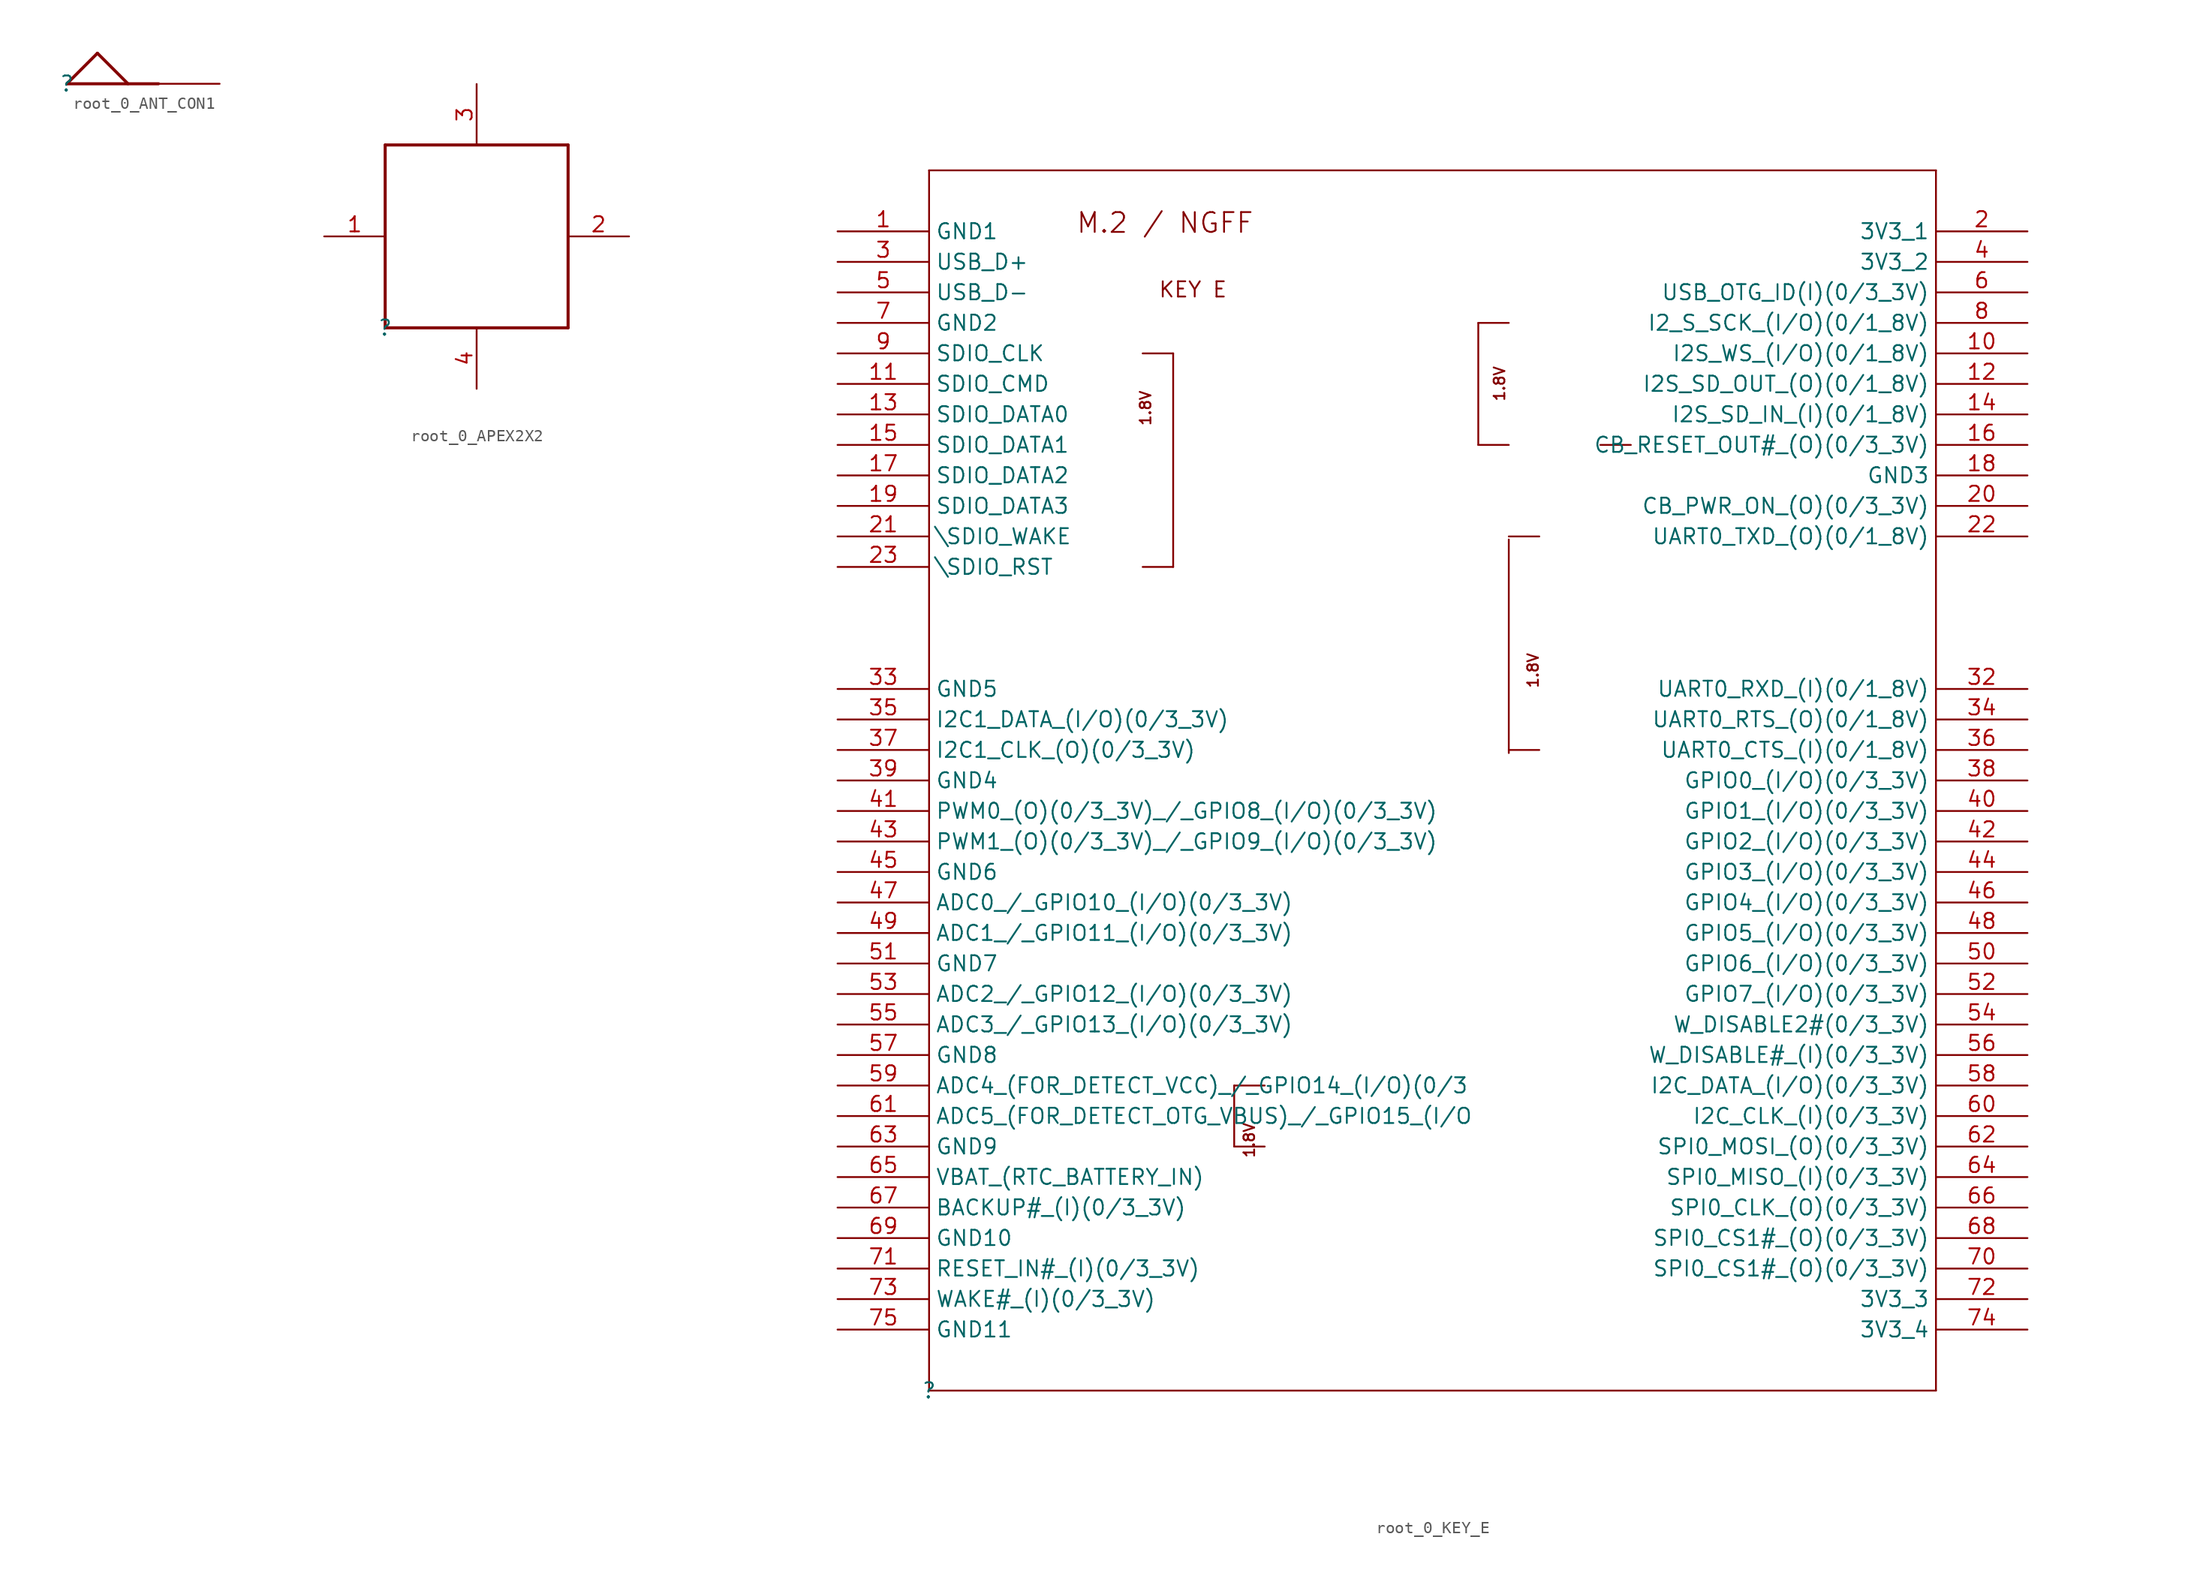
<source format=kicad_sym>
(kicad_symbol_lib
  (version 20220914)
  (generator kicad_symbol_editor)
  (symbol "root_0_ANT_CON1"
    (property "Reference" ""
      (at 0 0 0)
      (effects (font (size 1.27 1.27))))
    (property "Value" ""
      (at 0 0 0)
      (effects (font (size 1.27 1.27))))
    (symbol "root_0_ANT_CON1_1_0"
      (polyline (pts (xy 0 0) (xy 2.54 2.54)) (stroke (width 0.254) (type solid)) (fill (type none)))
      (polyline (pts (xy 0 0) (xy 7.62 0)) (stroke (width 0.254) (type solid)) (fill (type none)))
      (polyline (pts (xy 2.54 2.54) (xy 5.08 0)) (stroke (width 0.254) (type solid)) (fill (type none)))
      (pin passive line (at 12.7 0 180) (length 5.08) (name "1" (effects (font (size 0 0)))) (number "1" (effects (font (size 0 0)))))))
  (symbol "root_0_APEX2X2"
    (property "Reference" ""
      (at 0 0 0)
      (effects (font (size 1.27 1.27))))
    (property "Value" ""
      (at 0 0 0)
      (effects (font (size 1.27 1.27))))
    (symbol "root_0_APEX2X2_1_0"
      (polyline (pts (xy 0 0) (xy 0 15.24)) (stroke (width 0.254) (type solid)) (fill (type none)))
      (polyline (pts (xy 0 15.24) (xy 15.24 15.24)) (stroke (width 0.254) (type solid)) (fill (type none)))
      (polyline (pts (xy 15.24 0) (xy 0 0)) (stroke (width 0.254) (type solid)) (fill (type none)))
      (polyline (pts (xy 15.24 15.24) (xy 15.24 0)) (stroke (width 0.254) (type solid)) (fill (type none)))
      (pin passive line (at -5.08 7.62 0) (length 5.08) (name "1" (effects (font (size 0 0)))) (number "1" (effects (font (size 1.27 1.27)))))
      (pin passive line (at 20.32 7.62 180) (length 5.08) (name "2" (effects (font (size 0 0)))) (number "2" (effects (font (size 1.27 1.27)))))
      (pin passive line (at 7.62 20.32 270) (length 5.08) (name "3" (effects (font (size 0 0)))) (number "3" (effects (font (size 1.27 1.27)))))
      (pin passive line (at 7.62 -5.08 90) (length 5.08) (name "4" (effects (font (size 0 0)))) (number "4" (effects (font (size 1.27 1.27)))))))
  (symbol "root_0_KEY_E"
    (property "Reference" ""
      (at 0 0 0)
      (effects (font (size 1.27 1.27))))
    (property "Value" ""
      (at 0 0 0)
      (effects (font (size 1.27 1.27))))
    (symbol "root_0_KEY_E_1_0"
      (polyline (pts (xy 0 0) (xy 0 101.6)) (stroke (width 0) (type solid)) (fill (type none)))
      (polyline (pts (xy 0 101.6) (xy 83.82 101.6)) (stroke (width 0) (type solid)) (fill (type none)))
      (polyline (pts (xy 17.78 86.36) (xy 20.32 86.36)) (stroke (width 0) (type solid)) (fill (type none)))
      (polyline (pts (xy 20.32 68.58) (xy 17.78 68.58)) (stroke (width 0) (type solid)) (fill (type none)))
      (polyline (pts (xy 20.32 86.36) (xy 20.32 68.58)) (stroke (width 0) (type solid)) (fill (type none)))
      (polyline (pts (xy 25.4 20.32) (xy 27.94 20.32)) (stroke (width 0) (type solid)) (fill (type none)))
      (polyline (pts (xy 25.4 25.4) (xy 25.4 20.32)) (stroke (width 0) (type solid)) (fill (type none)))
      (polyline (pts (xy 25.4 25.4) (xy 27.94 25.4)) (stroke (width 0) (type solid)) (fill (type none)))
      (polyline (pts (xy 45.72 78.74) (xy 48.26 78.74)) (stroke (width 0) (type solid)) (fill (type none)))
      (polyline (pts (xy 45.72 88.9) (xy 45.72 78.74)) (stroke (width 0) (type solid)) (fill (type none)))
      (polyline (pts (xy 45.72 88.9) (xy 48.26 88.9)) (stroke (width 0) (type solid)) (fill (type none)))
      (polyline (pts (xy 48.26 53.34) (xy 50.8 53.34)) (stroke (width 0) (type solid)) (fill (type none)))
      (polyline (pts (xy 48.26 70.866) (xy 48.26 53.086)) (stroke (width 0) (type solid)) (fill (type none)))
      (polyline (pts (xy 48.26 71.12) (xy 50.8 71.12)) (stroke (width 0) (type solid)) (fill (type none)))
      (polyline (pts (xy 55.88 78.74) (xy 58.42 78.74)) (stroke (width 0) (type solid)) (fill (type none)))
      (polyline (pts (xy 83.82 0) (xy 0 0)) (stroke (width 0) (type solid)) (fill (type none)))
      (polyline (pts (xy 83.82 101.6) (xy 83.82 0)) (stroke (width 0) (type solid)) (fill (type none)))
      (text "1.8V" (at 18.542 80.264 900) (effects (font (size 0.889 0.889)) (justify left bottom)))
      (text "1.8V" (at 27.178 19.304 900) (effects (font (size 0.889 0.889)) (justify left bottom)))
      (text "1.8V" (at 48.006 82.296 900) (effects (font (size 0.889 0.889)) (justify left bottom)))
      (text "1.8V" (at 50.8 58.42 900) (effects (font (size 0.889 0.889)) (justify left bottom)))
      (text "KEY E" (at 19.05 90.932 0) (effects (font (size 1.27 1.27)) (justify left bottom)))
      (text "M.2 / NGFF" (at 12.192 96.266 0) (effects (font (size 1.651 1.651)) (justify left bottom)))
      (pin power_in line (at -7.62 96.52 0) (length 7.62) (name "GND1" (effects (font (size 1.27 1.27)))) (number "1" (effects (font (size 1.27 1.27)))))
      (pin passive line (at 91.44 86.36 180) (length 7.62) (name "I2S_WS_(I/O)(0/1_8V)" (effects (font (size 1.27 1.27)))) (number "10" (effects (font (size 1.27 1.27)))))
      (pin passive line (at -7.62 83.82 0) (length 7.62) (name "SDIO_CMD" (effects (font (size 1.27 1.27)))) (number "11" (effects (font (size 1.27 1.27)))))
      (pin passive line (at 91.44 83.82 180) (length 7.62) (name "I2S_SD_OUT_(O)(0/1_8V)" (effects (font (size 1.27 1.27)))) (number "12" (effects (font (size 1.27 1.27)))))
      (pin passive line (at -7.62 81.28 0) (length 7.62) (name "SDIO_DATA0" (effects (font (size 1.27 1.27)))) (number "13" (effects (font (size 1.27 1.27)))))
      (pin passive line (at 91.44 81.28 180) (length 7.62) (name "I2S_SD_IN_(I)(0/1_8V)" (effects (font (size 1.27 1.27)))) (number "14" (effects (font (size 1.27 1.27)))))
      (pin passive line (at -7.62 78.74 0) (length 7.62) (name "SDIO_DATA1" (effects (font (size 1.27 1.27)))) (number "15" (effects (font (size 1.27 1.27)))))
      (pin passive line (at 91.44 78.74 180) (length 7.62) (name "CB_RESET_OUT#_(O)(0/3_3V)" (effects (font (size 1.27 1.27)))) (number "16" (effects (font (size 1.27 1.27)))))
      (pin passive line (at -7.62 76.2 0) (length 7.62) (name "SDIO_DATA2" (effects (font (size 1.27 1.27)))) (number "17" (effects (font (size 1.27 1.27)))))
      (pin power_in line (at 91.44 76.2 180) (length 7.62) (name "GND3" (effects (font (size 1.27 1.27)))) (number "18" (effects (font (size 1.27 1.27)))))
      (pin passive line (at -7.62 73.66 0) (length 7.62) (name "SDIO_DATA3" (effects (font (size 1.27 1.27)))) (number "19" (effects (font (size 1.27 1.27)))))
      (pin power_in line (at 91.44 96.52 180) (length 7.62) (name "3V3_1" (effects (font (size 1.27 1.27)))) (number "2" (effects (font (size 1.27 1.27)))))
      (pin passive line (at 91.44 73.66 180) (length 7.62) (name "CB_PWR_ON_(O)(0/3_3V)" (effects (font (size 1.27 1.27)))) (number "20" (effects (font (size 1.27 1.27)))))
      (pin passive line (at -7.62 71.12 0) (length 7.62) (name "\\SDIO_WAKE" (effects (font (size 1.27 1.27)))) (number "21" (effects (font (size 1.27 1.27)))))
      (pin passive line (at 91.44 71.12 180) (length 7.62) (name "UART0_TXD_(O)(0/1_8V)" (effects (font (size 1.27 1.27)))) (number "22" (effects (font (size 1.27 1.27)))))
      (pin passive line (at -7.62 68.58 0) (length 7.62) (name "\\SDIO_RST" (effects (font (size 1.27 1.27)))) (number "23" (effects (font (size 1.27 1.27)))))
      (pin passive line (at -7.62 93.98 0) (length 7.62) (name "USB_D+" (effects (font (size 1.27 1.27)))) (number "3" (effects (font (size 1.27 1.27)))))
      (pin passive line (at 91.44 58.42 180) (length 7.62) (name "UART0_RXD_(I)(0/1_8V)" (effects (font (size 1.27 1.27)))) (number "32" (effects (font (size 1.27 1.27)))))
      (pin power_in line (at -7.62 58.42 0) (length 7.62) (name "GND5" (effects (font (size 1.27 1.27)))) (number "33" (effects (font (size 1.27 1.27)))))
      (pin passive line (at 91.44 55.88 180) (length 7.62) (name "UART0_RTS_(O)(0/1_8V)" (effects (font (size 1.27 1.27)))) (number "34" (effects (font (size 1.27 1.27)))))
      (pin passive line (at -7.62 55.88 0) (length 7.62) (name "I2C1_DATA_(I/O)(0/3_3V)" (effects (font (size 1.27 1.27)))) (number "35" (effects (font (size 1.27 1.27)))))
      (pin passive line (at 91.44 53.34 180) (length 7.62) (name "UART0_CTS_(I)(0/1_8V)" (effects (font (size 1.27 1.27)))) (number "36" (effects (font (size 1.27 1.27)))))
      (pin passive line (at -7.62 53.34 0) (length 7.62) (name "I2C1_CLK_(O)(0/3_3V)" (effects (font (size 1.27 1.27)))) (number "37" (effects (font (size 1.27 1.27)))))
      (pin passive line (at 91.44 50.8 180) (length 7.62) (name "GPIO0_(I/O)(0/3_3V)" (effects (font (size 1.27 1.27)))) (number "38" (effects (font (size 1.27 1.27)))))
      (pin power_in line (at -7.62 50.8 0) (length 7.62) (name "GND4" (effects (font (size 1.27 1.27)))) (number "39" (effects (font (size 1.27 1.27)))))
      (pin power_in line (at 91.44 93.98 180) (length 7.62) (name "3V3_2" (effects (font (size 1.27 1.27)))) (number "4" (effects (font (size 1.27 1.27)))))
      (pin passive line (at 91.44 48.26 180) (length 7.62) (name "GPIO1_(I/O)(0/3_3V)" (effects (font (size 1.27 1.27)))) (number "40" (effects (font (size 1.27 1.27)))))
      (pin passive line (at -7.62 48.26 0) (length 7.62) (name "PWM0_(O)(0/3_3V)_/_GPIO8_(I/O)(0/3_3V)" (effects (font (size 1.27 1.27)))) (number "41" (effects (font (size 1.27 1.27)))))
      (pin passive line (at 91.44 45.72 180) (length 7.62) (name "GPIO2_(I/O)(0/3_3V)" (effects (font (size 1.27 1.27)))) (number "42" (effects (font (size 1.27 1.27)))))
      (pin passive line (at -7.62 45.72 0) (length 7.62) (name "PWM1_(O)(0/3_3V)_/_GPIO9_(I/O)(0/3_3V)" (effects (font (size 1.27 1.27)))) (number "43" (effects (font (size 1.27 1.27)))))
      (pin passive line (at 91.44 43.18 180) (length 7.62) (name "GPIO3_(I/O)(0/3_3V)" (effects (font (size 1.27 1.27)))) (number "44" (effects (font (size 1.27 1.27)))))
      (pin power_in line (at -7.62 43.18 0) (length 7.62) (name "GND6" (effects (font (size 1.27 1.27)))) (number "45" (effects (font (size 1.27 1.27)))))
      (pin passive line (at 91.44 40.64 180) (length 7.62) (name "GPIO4_(I/O)(0/3_3V)" (effects (font (size 1.27 1.27)))) (number "46" (effects (font (size 1.27 1.27)))))
      (pin passive line (at -7.62 40.64 0) (length 7.62) (name "ADC0_/_GPIO10_(I/O)(0/3_3V)" (effects (font (size 1.27 1.27)))) (number "47" (effects (font (size 1.27 1.27)))))
      (pin passive line (at 91.44 38.1 180) (length 7.62) (name "GPIO5_(I/O)(0/3_3V)" (effects (font (size 1.27 1.27)))) (number "48" (effects (font (size 1.27 1.27)))))
      (pin passive line (at -7.62 38.1 0) (length 7.62) (name "ADC1_/_GPIO11_(I/O)(0/3_3V)" (effects (font (size 1.27 1.27)))) (number "49" (effects (font (size 1.27 1.27)))))
      (pin passive line (at -7.62 91.44 0) (length 7.62) (name "USB_D-" (effects (font (size 1.27 1.27)))) (number "5" (effects (font (size 1.27 1.27)))))
      (pin passive line (at 91.44 35.56 180) (length 7.62) (name "GPIO6_(I/O)(0/3_3V)" (effects (font (size 1.27 1.27)))) (number "50" (effects (font (size 1.27 1.27)))))
      (pin power_in line (at -7.62 35.56 0) (length 7.62) (name "GND7" (effects (font (size 1.27 1.27)))) (number "51" (effects (font (size 1.27 1.27)))))
      (pin passive line (at 91.44 33.02 180) (length 7.62) (name "GPIO7_(I/O)(0/3_3V)" (effects (font (size 1.27 1.27)))) (number "52" (effects (font (size 1.27 1.27)))))
      (pin passive line (at -7.62 33.02 0) (length 7.62) (name "ADC2_/_GPIO12_(I/O)(0/3_3V)" (effects (font (size 1.27 1.27)))) (number "53" (effects (font (size 1.27 1.27)))))
      (pin passive line (at 91.44 30.48 180) (length 7.62) (name "W_DISABLE2#(0/3_3V)" (effects (font (size 1.27 1.27)))) (number "54" (effects (font (size 1.27 1.27)))))
      (pin passive line (at -7.62 30.48 0) (length 7.62) (name "ADC3_/_GPIO13_(I/O)(0/3_3V)" (effects (font (size 1.27 1.27)))) (number "55" (effects (font (size 1.27 1.27)))))
      (pin passive line (at 91.44 27.94 180) (length 7.62) (name "W_DISABLE#_(I)(0/3_3V)" (effects (font (size 1.27 1.27)))) (number "56" (effects (font (size 1.27 1.27)))))
      (pin power_in line (at -7.62 27.94 0) (length 7.62) (name "GND8" (effects (font (size 1.27 1.27)))) (number "57" (effects (font (size 1.27 1.27)))))
      (pin passive line (at 91.44 25.4 180) (length 7.62) (name "I2C_DATA_(I/O)(0/3_3V)" (effects (font (size 1.27 1.27)))) (number "58" (effects (font (size 1.27 1.27)))))
      (pin passive line (at -7.62 25.4 0) (length 7.62) (name "ADC4_(FOR_DETECT_VCC)_/_GPIO14_(I/O)(0/3" (effects (font (size 1.27 1.27)))) (number "59" (effects (font (size 1.27 1.27)))))
      (pin passive line (at 91.44 91.44 180) (length 7.62) (name "USB_OTG_ID(I)(0/3_3V)" (effects (font (size 1.27 1.27)))) (number "6" (effects (font (size 1.27 1.27)))))
      (pin passive line (at 91.44 22.86 180) (length 7.62) (name "I2C_CLK_(I)(0/3_3V)" (effects (font (size 1.27 1.27)))) (number "60" (effects (font (size 1.27 1.27)))))
      (pin passive line (at -7.62 22.86 0) (length 7.62) (name "ADC5_(FOR_DETECT_OTG_VBUS)_/_GPIO15_(I/O" (effects (font (size 1.27 1.27)))) (number "61" (effects (font (size 1.27 1.27)))))
      (pin passive line (at 91.44 20.32 180) (length 7.62) (name "SPI0_MOSI_(O)(0/3_3V)" (effects (font (size 1.27 1.27)))) (number "62" (effects (font (size 1.27 1.27)))))
      (pin power_in line (at -7.62 20.32 0) (length 7.62) (name "GND9" (effects (font (size 1.27 1.27)))) (number "63" (effects (font (size 1.27 1.27)))))
      (pin passive line (at 91.44 17.78 180) (length 7.62) (name "SPI0_MISO_(I)(0/3_3V)" (effects (font (size 1.27 1.27)))) (number "64" (effects (font (size 1.27 1.27)))))
      (pin passive line (at -7.62 17.78 0) (length 7.62) (name "VBAT_(RTC_BATTERY_IN)" (effects (font (size 1.27 1.27)))) (number "65" (effects (font (size 1.27 1.27)))))
      (pin passive line (at 91.44 15.24 180) (length 7.62) (name "SPI0_CLK_(O)(0/3_3V)" (effects (font (size 1.27 1.27)))) (number "66" (effects (font (size 1.27 1.27)))))
      (pin passive line (at -7.62 15.24 0) (length 7.62) (name "BACKUP#_(I)(0/3_3V)" (effects (font (size 1.27 1.27)))) (number "67" (effects (font (size 1.27 1.27)))))
      (pin passive line (at 91.44 12.7 180) (length 7.62) (name "SPI0_CS1#_(O)(0/3_3V)" (effects (font (size 1.27 1.27)))) (number "68" (effects (font (size 1.27 1.27)))))
      (pin power_in line (at -7.62 12.7 0) (length 7.62) (name "GND10" (effects (font (size 1.27 1.27)))) (number "69" (effects (font (size 1.27 1.27)))))
      (pin power_in line (at -7.62 88.9 0) (length 7.62) (name "GND2" (effects (font (size 1.27 1.27)))) (number "7" (effects (font (size 1.27 1.27)))))
      (pin passive line (at 91.44 10.16 180) (length 7.62) (name "SPI0_CS1#_(O)(0/3_3V)" (effects (font (size 1.27 1.27)))) (number "70" (effects (font (size 1.27 1.27)))))
      (pin passive line (at -7.62 10.16 0) (length 7.62) (name "RESET_IN#_(I)(0/3_3V)" (effects (font (size 1.27 1.27)))) (number "71" (effects (font (size 1.27 1.27)))))
      (pin power_in line (at 91.44 7.62 180) (length 7.62) (name "3V3_3" (effects (font (size 1.27 1.27)))) (number "72" (effects (font (size 1.27 1.27)))))
      (pin passive line (at -7.62 7.62 0) (length 7.62) (name "WAKE#_(I)(0/3_3V)" (effects (font (size 1.27 1.27)))) (number "73" (effects (font (size 1.27 1.27)))))
      (pin power_in line (at 91.44 5.08 180) (length 7.62) (name "3V3_4" (effects (font (size 1.27 1.27)))) (number "74" (effects (font (size 1.27 1.27)))))
      (pin power_in line (at -7.62 5.08 0) (length 7.62) (name "GND11" (effects (font (size 1.27 1.27)))) (number "75" (effects (font (size 1.27 1.27)))))
      (pin passive line (at 91.44 88.9 180) (length 7.62) (name "I2_S_SCK_(I/O)(0/1_8V)" (effects (font (size 1.27 1.27)))) (number "8" (effects (font (size 1.27 1.27)))))
      (pin passive line (at -7.62 86.36 0) (length 7.62) (name "SDIO_CLK" (effects (font (size 1.27 1.27)))) (number "9" (effects (font (size 1.27 1.27))))))))
</source>
